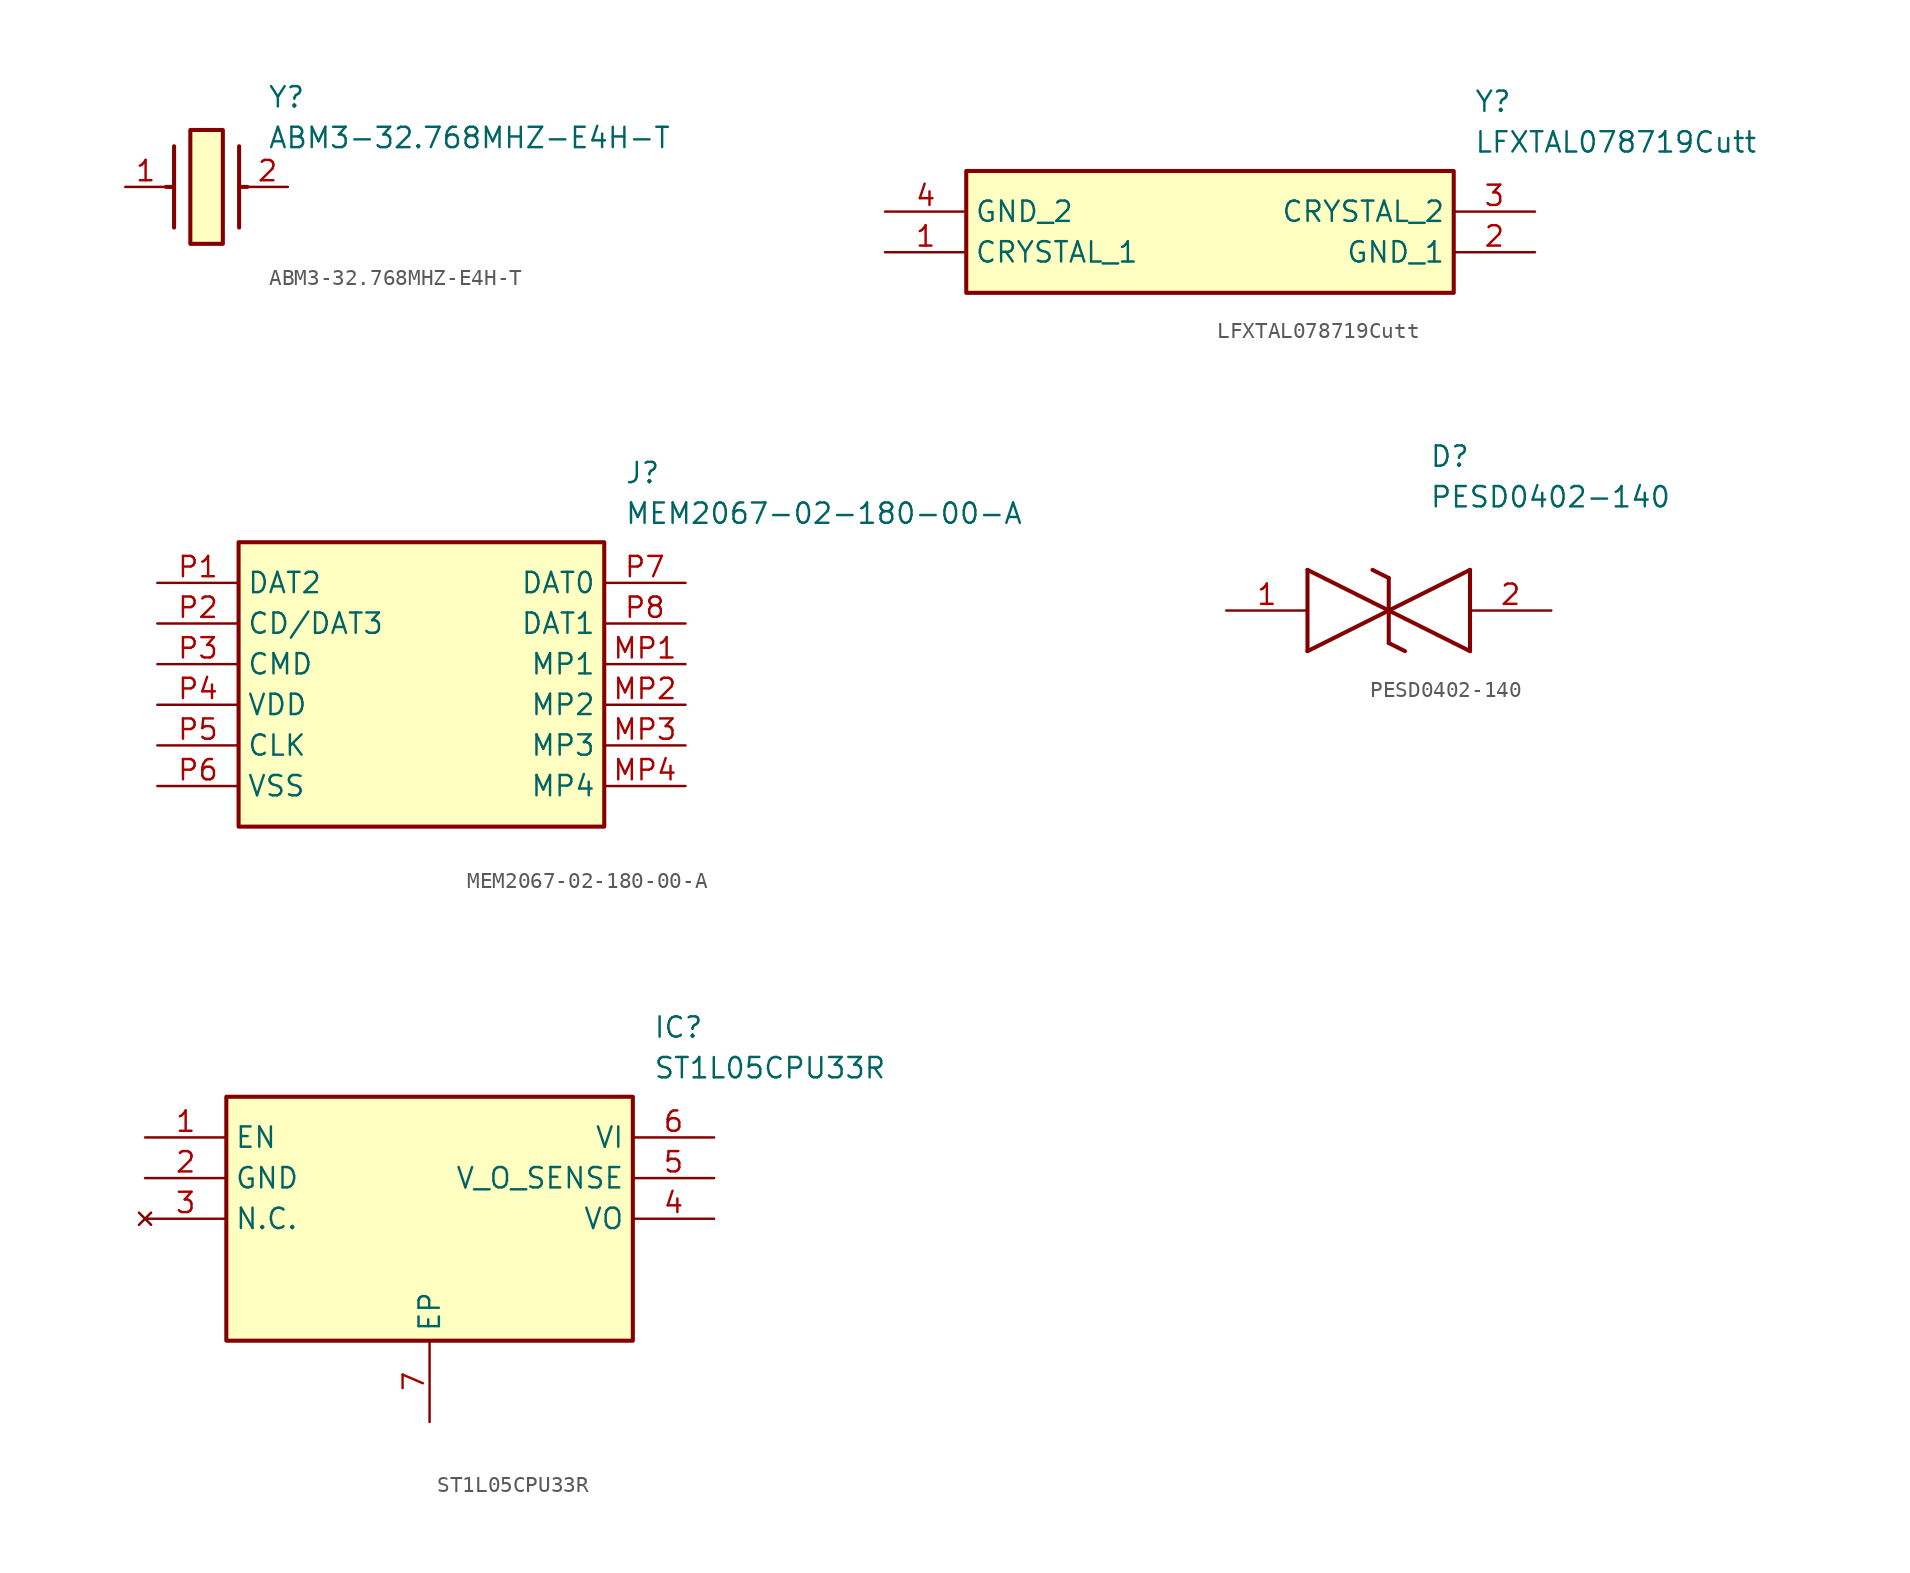
<source format=kicad_sym>
(kicad_symbol_lib
  (version 20220914)
  (generator SamacSys_ECAD_Model)
  (symbol "ABM3-32.768MHZ-E4H-T"
    (pin_names hide)
    (property "Reference" "Y"
      (at 8.89 6.35 0)
      (effects (font (size 1.27 1.27)) (justify left top)))
    (property "Value" "ABM3-32.768MHZ-E4H-T"
      (at 8.89 3.81 0)
      (effects (font (size 1.27 1.27)) (justify left top)))
    (rectangle
      (start 4.064 3.556)
      (end 6.096 -3.556)
      (stroke (width 0.254) (type default))
      (fill (type background)))
    (polyline
      (pts (xy 3.048 2.54) (xy 3.048 -2.54))
      (stroke (width 0.254) (type default))
      (fill (type none)))
    (polyline
      (pts (xy 7.112 2.54) (xy 7.112 -2.54))
      (stroke (width 0.254) (type default))
      (fill (type none)))
    (polyline
      (pts (xy 7.112 0) (xy 7.62 0))
      (stroke (width 0.254) (type default))
      (fill (type none)))
    (polyline
      (pts (xy 3.048 0) (xy 2.54 0))
      (stroke (width 0.254) (type default))
      (fill (type none)))
    (pin passive line
      (at 0 0 0)
      (length 2.54)
      (name "1" (effects (font (size 1.27 1.27))))
      (number "1" (effects (font (size 1.27 1.27)))))
    (pin passive line
      (at 10.16 0 180)
      (length 2.54)
      (name "2" (effects (font (size 1.27 1.27))))
      (number "2" (effects (font (size 1.27 1.27))))))
  (symbol "LFXTAL078719Cutt"
    (property "Reference" "Y"
      (at 36.83 7.62 0)
      (effects (font (size 1.27 1.27)) (justify left top)))
    (property "Value" "LFXTAL078719Cutt"
      (at 36.83 5.08 0)
      (effects (font (size 1.27 1.27)) (justify left top)))
    (rectangle
      (start 5.08 2.54)
      (end 35.56 -5.08)
      (stroke (width 0.254) (type default))
      (fill (type background)))
    (pin passive line
      (at 0 -2.54 0)
      (length 5.08)
      (name "CRYSTAL_1" (effects (font (size 1.27 1.27))))
      (number "1" (effects (font (size 1.27 1.27)))))
    (pin passive line
      (at 40.64 -2.54 180)
      (length 5.08)
      (name "GND_1" (effects (font (size 1.27 1.27))))
      (number "2" (effects (font (size 1.27 1.27)))))
    (pin passive line
      (at 40.64 0 180)
      (length 5.08)
      (name "CRYSTAL_2" (effects (font (size 1.27 1.27))))
      (number "3" (effects (font (size 1.27 1.27)))))
    (pin passive line
      (at 0 0 0)
      (length 5.08)
      (name "GND_2" (effects (font (size 1.27 1.27))))
      (number "4" (effects (font (size 1.27 1.27))))))
  (symbol "MEM2067-02-180-00-A"
    (property "Reference" "J"
      (at 29.21 7.62 0)
      (effects (font (size 1.27 1.27)) (justify left top)))
    (property "Value" "MEM2067-02-180-00-A"
      (at 29.21 5.08 0)
      (effects (font (size 1.27 1.27)) (justify left top)))
    (rectangle
      (start 5.08 2.54)
      (end 27.94 -15.24)
      (stroke (width 0.254) (type default))
      (fill (type background)))
    (pin passive line
      (at 0 0 0)
      (length 5.08)
      (name "DAT2" (effects (font (size 1.27 1.27))))
      (number "P1" (effects (font (size 1.27 1.27)))))
    (pin passive line
      (at 0 -2.54 0)
      (length 5.08)
      (name "CD/DAT3" (effects (font (size 1.27 1.27))))
      (number "P2" (effects (font (size 1.27 1.27)))))
    (pin passive line
      (at 0 -5.08 0)
      (length 5.08)
      (name "CMD" (effects (font (size 1.27 1.27))))
      (number "P3" (effects (font (size 1.27 1.27)))))
    (pin passive line
      (at 0 -7.62 0)
      (length 5.08)
      (name "VDD" (effects (font (size 1.27 1.27))))
      (number "P4" (effects (font (size 1.27 1.27)))))
    (pin passive line
      (at 0 -10.16 0)
      (length 5.08)
      (name "CLK" (effects (font (size 1.27 1.27))))
      (number "P5" (effects (font (size 1.27 1.27)))))
    (pin passive line
      (at 0 -12.7 0)
      (length 5.08)
      (name "VSS" (effects (font (size 1.27 1.27))))
      (number "P6" (effects (font (size 1.27 1.27)))))
    (pin passive line
      (at 33.02 0 180)
      (length 5.08)
      (name "DAT0" (effects (font (size 1.27 1.27))))
      (number "P7" (effects (font (size 1.27 1.27)))))
    (pin passive line
      (at 33.02 -2.54 180)
      (length 5.08)
      (name "DAT1" (effects (font (size 1.27 1.27))))
      (number "P8" (effects (font (size 1.27 1.27)))))
    (pin passive line
      (at 33.02 -5.08 180)
      (length 5.08)
      (name "MP1" (effects (font (size 1.27 1.27))))
      (number "MP1" (effects (font (size 1.27 1.27)))))
    (pin passive line
      (at 33.02 -7.62 180)
      (length 5.08)
      (name "MP2" (effects (font (size 1.27 1.27))))
      (number "MP2" (effects (font (size 1.27 1.27)))))
    (pin passive line
      (at 33.02 -10.16 180)
      (length 5.08)
      (name "MP3" (effects (font (size 1.27 1.27))))
      (number "MP3" (effects (font (size 1.27 1.27)))))
    (pin passive line
      (at 33.02 -12.7 180)
      (length 5.08)
      (name "MP4" (effects (font (size 1.27 1.27))))
      (number "MP4" (effects (font (size 1.27 1.27))))))
  (symbol "PESD0402-140"
    (pin_names hide)
    (property "Reference" "D"
      (at 12.7 8.89 0)
      (effects (font (size 1.27 1.27)) (justify left bottom)))
    (property "Value" "PESD0402-140"
      (at 12.7 6.35 0)
      (effects (font (size 1.27 1.27)) (justify left bottom)))
    (polyline
      (pts (xy 10.16 0) (xy 5.08 -2.54))
      (stroke (width 0.254) (type default))
      (fill (type none)))
    (polyline
      (pts (xy 5.08 2.54) (xy 5.08 -2.54))
      (stroke (width 0.254) (type default))
      (fill (type none)))
    (polyline
      (pts (xy 5.08 2.54) (xy 10.16 0))
      (stroke (width 0.254) (type default))
      (fill (type none)))
    (polyline
      (pts (xy 10.16 0) (xy 15.24 -2.54))
      (stroke (width 0.254) (type default))
      (fill (type none)))
    (polyline
      (pts (xy 15.24 2.54) (xy 15.24 -2.54))
      (stroke (width 0.254) (type default))
      (fill (type none)))
    (polyline
      (pts (xy 15.24 2.54) (xy 10.16 0))
      (stroke (width 0.254) (type default))
      (fill (type none)))
    (polyline
      (pts (xy 10.16 -2.032) (xy 10.16 2.032))
      (stroke (width 0.254) (type default))
      (fill (type none)))
    (polyline
      (pts (xy 9.144 2.54) (xy 10.16 2.032))
      (stroke (width 0.254) (type default))
      (fill (type none)))
    (polyline
      (pts (xy 10.16 -2.032) (xy 11.176 -2.54))
      (stroke (width 0.254) (type default))
      (fill (type none)))
    (pin passive line
      (at 0 0 0)
      (length 5.08)
      (name "1" (effects (font (size 1.27 1.27))))
      (number "1" (effects (font (size 1.27 1.27)))))
    (pin passive line
      (at 20.32 0 180)
      (length 5.08)
      (name "2" (effects (font (size 1.27 1.27))))
      (number "2" (effects (font (size 1.27 1.27))))))
  (symbol "ST1L05CPU33R"
    (property "Reference" "IC"
      (at 31.75 7.62 0)
      (effects (font (size 1.27 1.27)) (justify left top)))
    (property "Value" "ST1L05CPU33R"
      (at 31.75 5.08 0)
      (effects (font (size 1.27 1.27)) (justify left top)))
    (rectangle
      (start 5.08 2.54)
      (end 30.48 -12.7)
      (stroke (width 0.254) (type default))
      (fill (type background)))
    (pin passive line
      (at 0 0 0)
      (length 5.08)
      (name "EN" (effects (font (size 1.27 1.27))))
      (number "1" (effects (font (size 1.27 1.27)))))
    (pin passive line
      (at 0 -2.54 0)
      (length 5.08)
      (name "GND" (effects (font (size 1.27 1.27))))
      (number "2" (effects (font (size 1.27 1.27)))))
    (pin no_connect line
      (at 0 -5.08 0)
      (length 5.08)
      (name "N.C." (effects (font (size 1.27 1.27))))
      (number "3" (effects (font (size 1.27 1.27)))))
    (pin passive line
      (at 17.78 -17.78 90)
      (length 5.08)
      (name "EP" (effects (font (size 1.27 1.27))))
      (number "7" (effects (font (size 1.27 1.27)))))
    (pin passive line
      (at 35.56 0 180)
      (length 5.08)
      (name "VI" (effects (font (size 1.27 1.27))))
      (number "6" (effects (font (size 1.27 1.27)))))
    (pin passive line
      (at 35.56 -2.54 180)
      (length 5.08)
      (name "V_O_SENSE" (effects (font (size 1.27 1.27))))
      (number "5" (effects (font (size 1.27 1.27)))))
    (pin passive line
      (at 35.56 -5.08 180)
      (length 5.08)
      (name "VO" (effects (font (size 1.27 1.27))))
      (number "4" (effects (font (size 1.27 1.27)))))))
</source>
